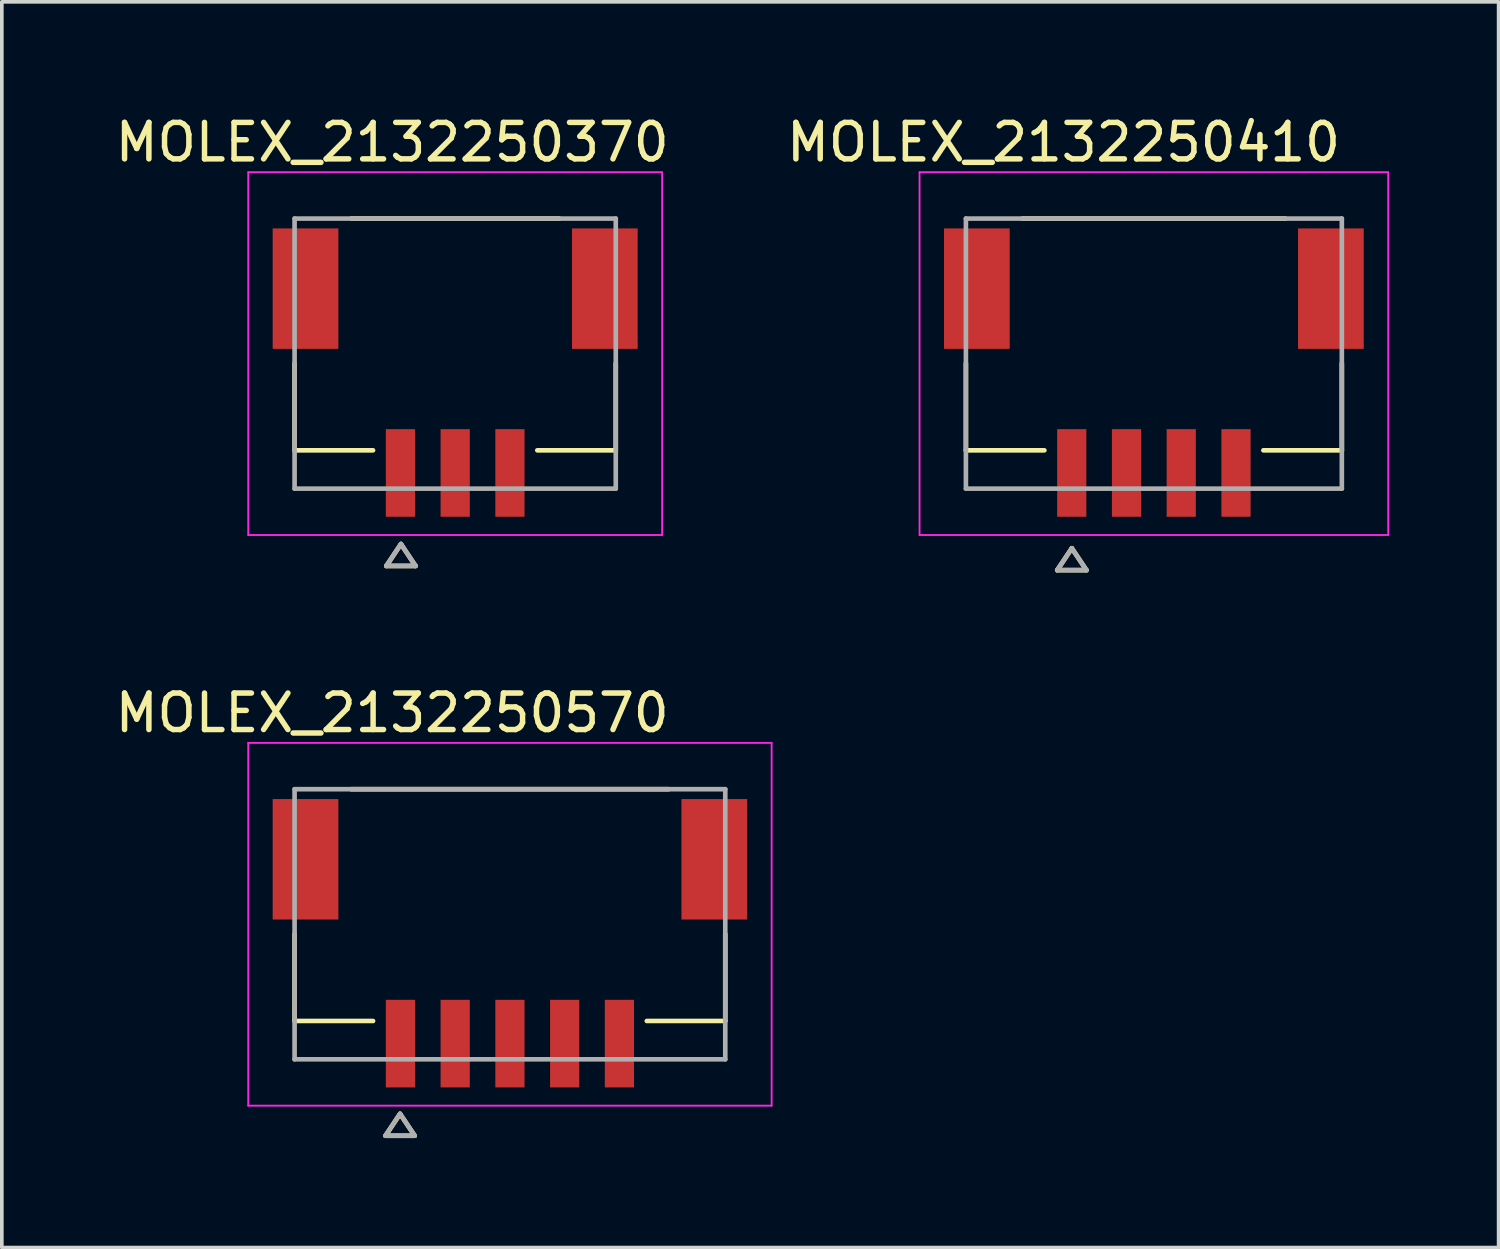
<source format=kicad_pcb>
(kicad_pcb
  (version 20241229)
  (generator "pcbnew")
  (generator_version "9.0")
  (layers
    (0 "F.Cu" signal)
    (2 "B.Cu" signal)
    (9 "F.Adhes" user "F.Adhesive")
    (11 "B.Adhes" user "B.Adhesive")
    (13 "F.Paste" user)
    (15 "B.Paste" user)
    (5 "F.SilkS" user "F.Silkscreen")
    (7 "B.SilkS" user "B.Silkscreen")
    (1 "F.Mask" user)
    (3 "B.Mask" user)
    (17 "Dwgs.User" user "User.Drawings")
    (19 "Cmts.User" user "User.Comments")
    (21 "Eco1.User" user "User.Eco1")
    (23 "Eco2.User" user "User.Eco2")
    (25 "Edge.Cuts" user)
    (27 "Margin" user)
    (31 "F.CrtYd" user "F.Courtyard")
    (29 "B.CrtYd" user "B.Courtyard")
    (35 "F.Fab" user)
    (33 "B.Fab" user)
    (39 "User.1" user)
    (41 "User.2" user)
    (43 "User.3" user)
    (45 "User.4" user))
  (footprint "MOLEX_2132250370"
    (layer "F.Cu")
    (at 9.421 6.638)
    (property "Reference" "MOLEX_2132250370" (at -1.725 -5.79 0) (layer "F.SilkS") (effects (font (size 1 1) (thickness 0.15))))
    (attr smd)
    (fp_poly (pts (xy -5.076 -3.506) (xy -3.124 -3.506) (xy -3.124 -0.054) (xy -5.076 -0.054)) (stroke (width 0.01) (type solid)) (fill yes) (layer "F.Mask"))
    (fp_poly (pts (xy -1.976 1.994) (xy -1.024 1.994) (xy -1.024 4.546) (xy -1.976 4.546)) (stroke (width 0.01) (type solid)) (fill yes) (layer "F.Mask"))
    (fp_poly (pts (xy -0.476 1.994) (xy 0.476 1.994) (xy 0.476 4.546) (xy -0.476 4.546)) (stroke (width 0.01) (type solid)) (fill yes) (layer "F.Mask"))
    (fp_poly (pts (xy 1.024 1.994) (xy 1.976 1.994) (xy 1.976 4.546) (xy 1.024 4.546)) (stroke (width 0.01) (type solid)) (fill yes) (layer "F.Mask"))
    (fp_poly (pts (xy 3.124 -3.506) (xy 5.076 -3.506) (xy 5.076 -0.054) (xy 3.124 -0.054)) (stroke (width 0.01) (type solid)) (fill yes) (layer "F.Mask"))
    (fp_line (start -4.4 0.27) (end -4.4 2.65) (stroke (width 0.127) (type solid)) (layer "F.SilkS"))
    (fp_line (start -4.4 2.65) (end -2.25 2.65) (stroke (width 0.127) (type solid)) (layer "F.SilkS"))
    (fp_line (start -1.886 5.818) (end -1.086 5.818) (stroke (width 0.127) (type solid)) (layer "F.SilkS"))
    (fp_line (start -1.486 5.218) (end -1.886 5.818) (stroke (width 0.127) (type solid)) (layer "F.SilkS"))
    (fp_line (start -1.086 5.818) (end -1.486 5.218) (stroke (width 0.127) (type solid)) (layer "F.SilkS"))
    (fp_line (start 2.25 2.65) (end 4.4 2.65) (stroke (width 0.127) (type solid)) (layer "F.SilkS"))
    (fp_line (start 2.85 -3.7) (end -2.85 -3.7) (stroke (width 0.127) (type solid)) (layer "F.SilkS"))
    (fp_line (start 4.4 0.27) (end 4.4 2.65) (stroke (width 0.127) (type solid)) (layer "F.SilkS"))
    (fp_line (start -5.67 -4.97) (end -5.67 4.97) (stroke (width 0.05) (type solid)) (layer "F.CrtYd"))
    (fp_line (start -5.67 4.97) (end 5.67 4.97) (stroke (width 0.05) (type solid)) (layer "F.CrtYd"))
    (fp_line (start 5.67 -4.97) (end -5.67 -4.97) (stroke (width 0.05) (type solid)) (layer "F.CrtYd"))
    (fp_line (start 5.67 4.97) (end 5.67 -4.97) (stroke (width 0.05) (type solid)) (layer "F.CrtYd"))
    (fp_line (start -4.4 -3.7) (end -4.4 3.7) (stroke (width 0.127) (type solid)) (layer "F.Fab"))
    (fp_line (start -4.4 3.7) (end 4.4 3.7) (stroke (width 0.127) (type solid)) (layer "F.Fab"))
    (fp_line (start -1.886 5.818) (end -1.086 5.818) (stroke (width 0.127) (type solid)) (layer "F.Fab"))
    (fp_line (start -1.486 5.218) (end -1.886 5.818) (stroke (width 0.127) (type solid)) (layer "F.Fab"))
    (fp_line (start -1.086 5.818) (end -1.486 5.218) (stroke (width 0.127) (type solid)) (layer "F.Fab"))
    (fp_line (start 4.4 -3.7) (end -4.4 -3.7) (stroke (width 0.127) (type solid)) (layer "F.Fab"))
    (fp_line (start 4.4 3.7) (end 4.4 -3.7) (stroke (width 0.127) (type solid)) (layer "F.Fab"))
    (pad "1" smd rect (at -1.5 3.27) (size 0.8 2.4) (layers "F.Cu" "F.Paste"))
    (pad "2" smd rect (at 0 3.27) (size 0.8 2.4) (layers "F.Cu" "F.Paste"))
    (pad "3" smd rect (at 1.5 3.27) (size 0.8 2.4) (layers "F.Cu" "F.Paste"))
    (pad "S" smd rect (at -4.1 -1.78) (size 1.8 3.3) (layers "F.Cu" "F.Paste"))
    (pad "S" smd rect (at 4.1 -1.78) (size 1.8 3.3) (layers "F.Cu" "F.Paste"))
    (zone (net_name "") (layer "F.Cu") (hatch full 0.508) (connect_pads) (min_thickness 0.01) (filled_areas_thickness no) (keepout (tracks not_allowed) (vias not_allowed) (pads not_allowed) (copperpour not_allowed) (footprints allowed)) (placement (enabled no)) (fill) (polygon (pts (xy 6.221 2.688) (xy 8.271 2.688) (xy 8.271 4.738) (xy 6.221 4.738))))
    (zone (net_name "") (layer "F.Cu") (hatch full 0.508) (connect_pads) (min_thickness 0.01) (filled_areas_thickness no) (keepout (tracks not_allowed) (vias not_allowed) (pads not_allowed) (copperpour not_allowed) (footprints allowed)) (placement (enabled no)) (fill) (polygon (pts (xy 8.511 2.688) (xy 10.331 2.688) (xy 10.331 5.248) (xy 8.511 5.248))))
    (zone (net_name "") (layer "F.Cu") (hatch full 0.508) (connect_pads) (min_thickness 0.01) (filled_areas_thickness no) (keepout (tracks not_allowed) (vias not_allowed) (pads not_allowed) (copperpour not_allowed) (footprints allowed)) (placement (enabled no)) (fill) (polygon (pts (xy 10.571 2.688) (xy 12.621 2.688) (xy 12.621 4.738) (xy 10.571 4.738))))
    (zone (net_name "") (layer "F.Cu") (hatch full 0.508) (connect_pads) (min_thickness 0.01) (filled_areas_thickness no) (keepout (tracks not_allowed) (vias not_allowed) (pads not_allowed) (copperpour not_allowed) (footprints allowed)) (placement (enabled no)) (fill) (polygon (pts (xy 4.621 7.558) (xy 14.221 7.558) (xy 14.221 10.158) (xy 11.331 10.158) (xy 11.331 8.698) (xy 10.511 8.698) (xy 10.511 10.158) (xy 9.831 10.158) (xy 9.831 8.698) (xy 9.011 8.698) (xy 9.011 10.158) (xy 8.331 10.158) (xy 8.331 8.698) (xy 7.511 8.698) (xy 7.511 10.158) (xy 4.621 10.158)))))
  (footprint "MOLEX_2132250410"
    (layer "F.Cu")
    (at 28.564 6.638)
    (property "Reference" "MOLEX_2132250410" (at -2.475 -5.79 0) (layer "F.SilkS") (effects (font (size 1 1) (thickness 0.15))))
    (attr smd)
    (fp_poly (pts (xy -5.826 -3.506) (xy -3.874 -3.506) (xy -3.874 -0.054) (xy -5.826 -0.054)) (stroke (width 0.01) (type solid)) (fill yes) (layer "F.Mask"))
    (fp_poly (pts (xy -2.726 1.994) (xy -1.774 1.994) (xy -1.774 4.546) (xy -2.726 4.546)) (stroke (width 0.01) (type solid)) (fill yes) (layer "F.Mask"))
    (fp_poly (pts (xy -1.226 1.994) (xy -0.274 1.994) (xy -0.274 4.546) (xy -1.226 4.546)) (stroke (width 0.01) (type solid)) (fill yes) (layer "F.Mask"))
    (fp_poly (pts (xy 0.274 1.994) (xy 1.226 1.994) (xy 1.226 4.546) (xy 0.274 4.546)) (stroke (width 0.01) (type solid)) (fill yes) (layer "F.Mask"))
    (fp_poly (pts (xy 1.774 1.994) (xy 2.726 1.994) (xy 2.726 4.546) (xy 1.774 4.546)) (stroke (width 0.01) (type solid)) (fill yes) (layer "F.Mask"))
    (fp_poly (pts (xy 3.874 -3.506) (xy 5.826 -3.506) (xy 5.826 -0.054) (xy 3.874 -0.054)) (stroke (width 0.01) (type solid)) (fill yes) (layer "F.Mask"))
    (fp_line (start -5.15 0.27) (end -5.15 2.65) (stroke (width 0.127) (type solid)) (layer "F.SilkS"))
    (fp_line (start -5.15 2.65) (end -3 2.65) (stroke (width 0.127) (type solid)) (layer "F.SilkS"))
    (fp_line (start -2.648 5.933) (end -1.848 5.933) (stroke (width 0.127) (type solid)) (layer "F.SilkS"))
    (fp_line (start -2.248 5.333) (end -2.648 5.933) (stroke (width 0.127) (type solid)) (layer "F.SilkS"))
    (fp_line (start -1.848 5.933) (end -2.248 5.333) (stroke (width 0.127) (type solid)) (layer "F.SilkS"))
    (fp_line (start 3 2.65) (end 5.15 2.65) (stroke (width 0.127) (type solid)) (layer "F.SilkS"))
    (fp_line (start 3.6 -3.7) (end -3.6 -3.7) (stroke (width 0.127) (type solid)) (layer "F.SilkS"))
    (fp_line (start 5.15 0.27) (end 5.15 2.65) (stroke (width 0.127) (type solid)) (layer "F.SilkS"))
    (fp_line (start -6.42 -4.97) (end -6.42 4.97) (stroke (width 0.05) (type solid)) (layer "F.CrtYd"))
    (fp_line (start -6.42 4.97) (end 6.42 4.97) (stroke (width 0.05) (type solid)) (layer "F.CrtYd"))
    (fp_line (start 6.42 -4.97) (end -6.42 -4.97) (stroke (width 0.05) (type solid)) (layer "F.CrtYd"))
    (fp_line (start 6.42 4.97) (end 6.42 -4.97) (stroke (width 0.05) (type solid)) (layer "F.CrtYd"))
    (fp_line (start -5.15 -3.7) (end -5.15 3.7) (stroke (width 0.127) (type solid)) (layer "F.Fab"))
    (fp_line (start -5.15 3.7) (end 5.15 3.7) (stroke (width 0.127) (type solid)) (layer "F.Fab"))
    (fp_line (start -2.648 5.933) (end -1.848 5.933) (stroke (width 0.127) (type solid)) (layer "F.Fab"))
    (fp_line (start -2.248 5.333) (end -2.648 5.933) (stroke (width 0.127) (type solid)) (layer "F.Fab"))
    (fp_line (start -1.848 5.933) (end -2.248 5.333) (stroke (width 0.127) (type solid)) (layer "F.Fab"))
    (fp_line (start 5.15 -3.7) (end -5.15 -3.7) (stroke (width 0.127) (type solid)) (layer "F.Fab"))
    (fp_line (start 5.15 3.7) (end 5.15 -3.7) (stroke (width 0.127) (type solid)) (layer "F.Fab"))
    (pad "1" smd rect (at -2.25 3.27) (size 0.8 2.4) (layers "F.Cu" "F.Paste"))
    (pad "2" smd rect (at -0.75 3.27) (size 0.8 2.4) (layers "F.Cu" "F.Paste"))
    (pad "3" smd rect (at 0.75 3.27) (size 0.8 2.4) (layers "F.Cu" "F.Paste"))
    (pad "4" smd rect (at 2.25 3.27) (size 0.8 2.4) (layers "F.Cu" "F.Paste"))
    (pad "S" smd rect (at -4.85 -1.78) (size 1.8 3.3) (layers "F.Cu" "F.Paste"))
    (pad "S" smd rect (at 4.85 -1.78) (size 1.8 3.3) (layers "F.Cu" "F.Paste"))
    (zone (net_name "") (layer "F.Cu") (hatch full 0.508) (connect_pads) (min_thickness 0.01) (filled_areas_thickness no) (keepout (tracks allowed) (vias not_allowed) (pads not_allowed) (copperpour not_allowed) (footprints allowed)) (placement (enabled no)) (fill) (polygon (pts (xy 24.614 2.688) (xy 26.664 2.688) (xy 26.664 4.738) (xy 24.614 4.738))))
    (zone (net_name "") (layer "F.Cu") (hatch full 0.508) (connect_pads) (min_thickness 0.01) (filled_areas_thickness no) (keepout (tracks allowed) (vias not_allowed) (pads not_allowed) (copperpour not_allowed) (footprints allowed)) (placement (enabled no)) (fill) (polygon (pts (xy 27.654 2.688) (xy 29.474 2.688) (xy 29.474 5.248) (xy 27.654 5.248))))
    (zone (net_name "") (layer "F.Cu") (hatch full 0.508) (connect_pads) (min_thickness 0.01) (filled_areas_thickness no) (keepout (tracks allowed) (vias not_allowed) (pads not_allowed) (copperpour not_allowed) (footprints allowed)) (placement (enabled no)) (fill) (polygon (pts (xy 30.464 2.688) (xy 32.514 2.688) (xy 32.514 4.738) (xy 30.464 4.738))))
    (zone (net_name "") (layer "F.Cu") (hatch full 0.508) (connect_pads) (min_thickness 0.01) (filled_areas_thickness no) (keepout (tracks allowed) (vias not_allowed) (pads not_allowed) (copperpour not_allowed) (footprints allowed)) (placement (enabled no)) (fill) (polygon (pts (xy 23.014 7.558) (xy 34.114 7.558) (xy 34.114 10.158) (xy 31.224 10.158) (xy 31.224 8.698) (xy 30.404 8.698) (xy 30.404 10.158) (xy 29.724 10.158) (xy 29.724 8.698) (xy 28.904 8.698) (xy 28.904 10.158) (xy 28.224 10.158) (xy 28.224 8.698) (xy 27.404 8.698) (xy 27.404 10.158) (xy 26.724 10.158) (xy 26.724 8.698) (xy 25.904 8.698) (xy 25.904 10.158) (xy 23.014 10.158)))))
  (footprint "MOLEX_2132250570"
    (layer "F.Cu")
    (at 10.921 22.273)
    (property "Reference" "MOLEX_2132250570" (at -3.225 -5.79 0) (layer "F.SilkS") (effects (font (size 1 1) (thickness 0.15))))
    (attr smd)
    (fp_poly (pts (xy -6.576 -3.506) (xy -4.624 -3.506) (xy -4.624 -0.054) (xy -6.576 -0.054)) (stroke (width 0.01) (type solid)) (fill yes) (layer "F.Mask"))
    (fp_poly (pts (xy -3.476 1.994) (xy -2.524 1.994) (xy -2.524 4.546) (xy -3.476 4.546)) (stroke (width 0.01) (type solid)) (fill yes) (layer "F.Mask"))
    (fp_poly (pts (xy -1.976 1.994) (xy -1.024 1.994) (xy -1.024 4.546) (xy -1.976 4.546)) (stroke (width 0.01) (type solid)) (fill yes) (layer "F.Mask"))
    (fp_poly (pts (xy -0.476 1.994) (xy 0.476 1.994) (xy 0.476 4.546) (xy -0.476 4.546)) (stroke (width 0.01) (type solid)) (fill yes) (layer "F.Mask"))
    (fp_poly (pts (xy 1.024 1.994) (xy 1.976 1.994) (xy 1.976 4.546) (xy 1.024 4.546)) (stroke (width 0.01) (type solid)) (fill yes) (layer "F.Mask"))
    (fp_poly (pts (xy 2.524 1.994) (xy 3.476 1.994) (xy 3.476 4.546) (xy 2.524 4.546)) (stroke (width 0.01) (type solid)) (fill yes) (layer "F.Mask"))
    (fp_poly (pts (xy 4.624 -3.506) (xy 6.576 -3.506) (xy 6.576 -0.054) (xy 4.624 -0.054)) (stroke (width 0.01) (type solid)) (fill yes) (layer "F.Mask"))
    (fp_line (start -5.9 0.27) (end -5.9 2.65) (stroke (width 0.127) (type solid)) (layer "F.SilkS"))
    (fp_line (start -5.9 2.65) (end -3.75 2.65) (stroke (width 0.127) (type solid)) (layer "F.SilkS"))
    (fp_line (start -3.41 5.794) (end -2.61 5.794) (stroke (width 0.127) (type solid)) (layer "F.SilkS"))
    (fp_line (start -3.01 5.194) (end -3.41 5.794) (stroke (width 0.127) (type solid)) (layer "F.SilkS"))
    (fp_line (start -2.61 5.794) (end -3.01 5.194) (stroke (width 0.127) (type solid)) (layer "F.SilkS"))
    (fp_line (start 3.75 2.65) (end 5.9 2.65) (stroke (width 0.127) (type solid)) (layer "F.SilkS"))
    (fp_line (start 4.35 -3.7) (end -4.35 -3.7) (stroke (width 0.127) (type solid)) (layer "F.SilkS"))
    (fp_line (start 5.9 0.27) (end 5.9 2.65) (stroke (width 0.127) (type solid)) (layer "F.SilkS"))
    (fp_line (start -7.17 -4.97) (end -7.17 4.97) (stroke (width 0.05) (type solid)) (layer "F.CrtYd"))
    (fp_line (start -7.17 4.97) (end 7.17 4.97) (stroke (width 0.05) (type solid)) (layer "F.CrtYd"))
    (fp_line (start 7.17 -4.97) (end -7.17 -4.97) (stroke (width 0.05) (type solid)) (layer "F.CrtYd"))
    (fp_line (start 7.17 4.97) (end 7.17 -4.97) (stroke (width 0.05) (type solid)) (layer "F.CrtYd"))
    (fp_line (start -5.9 -3.7) (end -5.9 3.7) (stroke (width 0.127) (type solid)) (layer "F.Fab"))
    (fp_line (start -5.9 3.7) (end 5.9 3.7) (stroke (width 0.127) (type solid)) (layer "F.Fab"))
    (fp_line (start -3.41 5.794) (end -2.61 5.794) (stroke (width 0.127) (type solid)) (layer "F.Fab"))
    (fp_line (start -3.01 5.194) (end -3.41 5.794) (stroke (width 0.127) (type solid)) (layer "F.Fab"))
    (fp_line (start -2.61 5.794) (end -3.01 5.194) (stroke (width 0.127) (type solid)) (layer "F.Fab"))
    (fp_line (start 5.9 -3.7) (end -5.9 -3.7) (stroke (width 0.127) (type solid)) (layer "F.Fab"))
    (fp_line (start 5.9 3.7) (end 5.9 -3.7) (stroke (width 0.127) (type solid)) (layer "F.Fab"))
    (pad "1" smd rect (at -3 3.27) (size 0.8 2.4) (layers "F.Cu" "F.Paste"))
    (pad "2" smd rect (at -1.5 3.27) (size 0.8 2.4) (layers "F.Cu" "F.Paste"))
    (pad "3" smd rect (at 0 3.27) (size 0.8 2.4) (layers "F.Cu" "F.Paste"))
    (pad "4" smd rect (at 1.5 3.27) (size 0.8 2.4) (layers "F.Cu" "F.Paste"))
    (pad "5" smd rect (at 3 3.27) (size 0.8 2.4) (layers "F.Cu" "F.Paste"))
    (pad "S" smd rect (at -5.6 -1.78) (size 1.8 3.3) (layers "F.Cu" "F.Paste"))
    (pad "S" smd rect (at 5.6 -1.78) (size 1.8 3.3) (layers "F.Cu" "F.Paste"))
    (zone (net_name "") (layer "F.Cu") (hatch full 0.508) (connect_pads) (min_thickness 0.01) (filled_areas_thickness no) (keepout (tracks allowed) (vias not_allowed) (pads not_allowed) (copperpour not_allowed) (footprints allowed)) (placement (enabled no)) (fill) (polygon (pts (xy 6.221 18.323) (xy 8.271 18.323) (xy 8.271 20.373) (xy 6.221 20.373))))
    (zone (net_name "") (layer "F.Cu") (hatch full 0.508) (connect_pads) (min_thickness 0.01) (filled_areas_thickness no) (keepout (tracks allowed) (vias not_allowed) (pads not_allowed) (copperpour not_allowed) (footprints allowed)) (placement (enabled no)) (fill) (polygon (pts (xy 10.011 18.323) (xy 11.831 18.323) (xy 11.831 20.883) (xy 10.011 20.883))))
    (zone (net_name "") (layer "F.Cu") (hatch full 0.508) (connect_pads) (min_thickness 0.01) (filled_areas_thickness no) (keepout (tracks allowed) (vias not_allowed) (pads not_allowed) (copperpour not_allowed) (footprints allowed)) (placement (enabled no)) (fill) (polygon (pts (xy 13.571 18.323) (xy 15.621 18.323) (xy 15.621 20.373) (xy 13.571 20.373))))
    (zone (net_name "") (layer "F.Cu") (hatch full 0.508) (connect_pads) (min_thickness 0.01) (filled_areas_thickness no) (keepout (tracks allowed) (vias not_allowed) (pads not_allowed) (copperpour not_allowed) (footprints allowed)) (placement (enabled no)) (fill) (polygon (pts (xy 4.621 23.193) (xy 17.221 23.193) (xy 17.221 25.793) (xy 14.331 25.793) (xy 14.331 24.333) (xy 13.511 24.333) (xy 13.511 25.793) (xy 12.831 25.793) (xy 12.831 24.333) (xy 12.011 24.333) (xy 12.011 25.793) (xy 11.331 25.793) (xy 11.331 24.333) (xy 10.511 24.333) (xy 10.511 25.793) (xy 9.831 25.793) (xy 9.831 24.333) (xy 9.011 24.333) (xy 9.011 25.793) (xy 8.331 25.793) (xy 8.331 24.333) (xy 7.511 24.333) (xy 7.511 25.793) (xy 4.621 25.793)))))
  (gr_rect
    (start -3 -3)
    (end 38.009 31.131)
    (stroke (width 0.1) (type default))
    (fill no)
    (layer "Edge.Cuts")))
</source>
